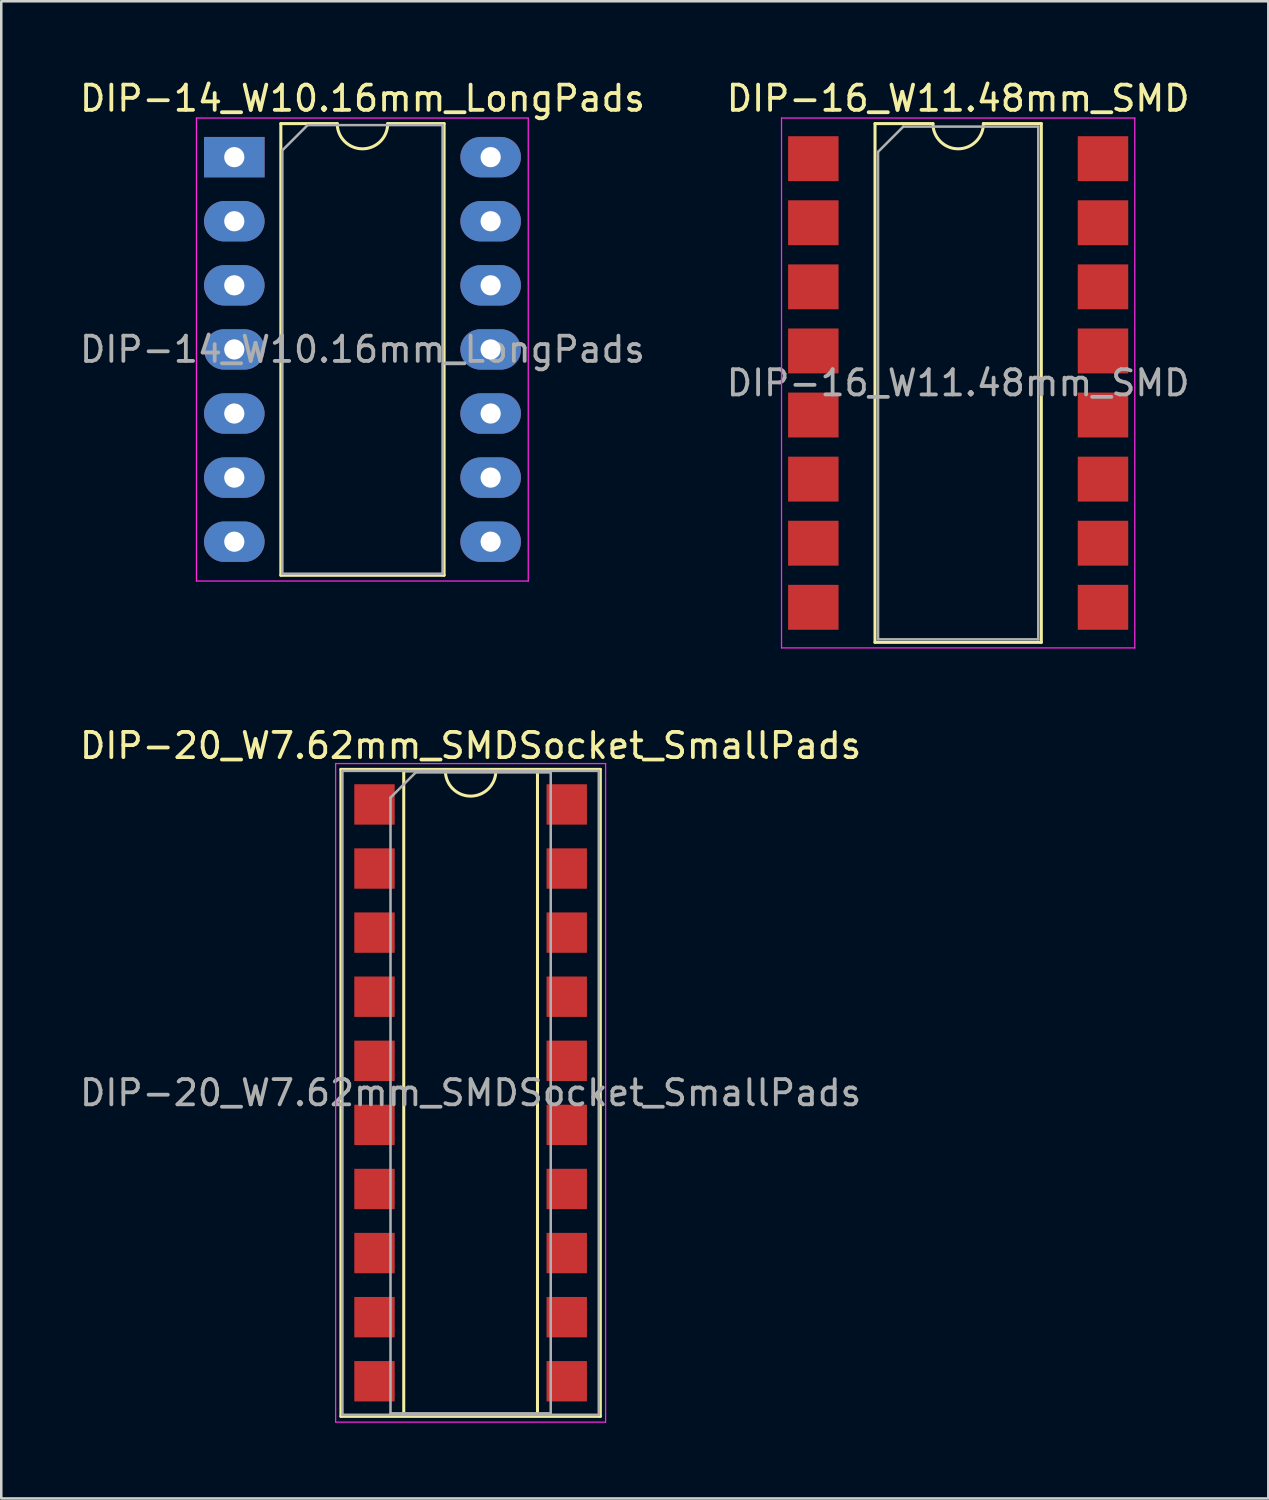
<source format=kicad_pcb>
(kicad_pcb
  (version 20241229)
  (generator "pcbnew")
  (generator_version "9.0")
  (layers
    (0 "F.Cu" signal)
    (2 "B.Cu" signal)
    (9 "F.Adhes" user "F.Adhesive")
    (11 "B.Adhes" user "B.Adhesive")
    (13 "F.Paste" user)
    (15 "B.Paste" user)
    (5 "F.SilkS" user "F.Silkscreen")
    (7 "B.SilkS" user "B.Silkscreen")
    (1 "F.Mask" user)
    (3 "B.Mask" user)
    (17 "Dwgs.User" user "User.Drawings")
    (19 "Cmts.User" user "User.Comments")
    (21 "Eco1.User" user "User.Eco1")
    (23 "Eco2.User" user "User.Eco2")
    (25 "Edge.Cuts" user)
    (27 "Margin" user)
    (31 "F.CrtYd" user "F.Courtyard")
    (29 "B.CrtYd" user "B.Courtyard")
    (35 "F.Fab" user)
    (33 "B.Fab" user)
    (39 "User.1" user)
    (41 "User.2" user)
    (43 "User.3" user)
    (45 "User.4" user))
  (footprint "DIP-16_W11.48mm_SMD"
    (layer "F.Cu")
    (at 34.923 12.128)
    (property "Reference" "DIP-16_W11.48mm_SMD" (at 0 -11.28 0) (layer "F.SilkS") (effects (font (size 1 1) (thickness 0.15))))
    (attr smd)
    (fp_line (start -3.295 -10.28) (end -3.295 10.28) (stroke (width 0.12) (type solid)) (layer "F.SilkS"))
    (fp_line (start -3.295 10.28) (end 3.295 10.28) (stroke (width 0.12) (type solid)) (layer "F.SilkS"))
    (fp_line (start -1 -10.28) (end -3.295 -10.28) (stroke (width 0.12) (type solid)) (layer "F.SilkS"))
    (fp_line (start 3.295 -10.28) (end 1 -10.28) (stroke (width 0.12) (type solid)) (layer "F.SilkS"))
    (fp_line (start 3.295 10.28) (end 3.295 -10.28) (stroke (width 0.12) (type solid)) (layer "F.SilkS"))
    (fp_arc (start 1 -10.28) (mid 0 -9.28) (end -1 -10.28) (stroke (width 0.12) (type solid)) (layer "F.SilkS"))
    (fp_line (start -7 -10.5) (end -7 10.5) (stroke (width 0.05) (type solid)) (layer "F.CrtYd"))
    (fp_line (start -7 10.5) (end 7 10.5) (stroke (width 0.05) (type solid)) (layer "F.CrtYd"))
    (fp_line (start 7 -10.5) (end -7 -10.5) (stroke (width 0.05) (type solid)) (layer "F.CrtYd"))
    (fp_line (start 7 10.5) (end 7 -10.5) (stroke (width 0.05) (type solid)) (layer "F.CrtYd"))
    (fp_line (start -3.175 -9.16) (end -2.175 -10.16) (stroke (width 0.1) (type solid)) (layer "F.Fab"))
    (fp_line (start -3.175 10.16) (end -3.175 -9.16) (stroke (width 0.1) (type solid)) (layer "F.Fab"))
    (fp_line (start -2.175 -10.16) (end 3.175 -10.16) (stroke (width 0.1) (type solid)) (layer "F.Fab"))
    (fp_line (start 3.175 -10.16) (end 3.175 10.16) (stroke (width 0.1) (type solid)) (layer "F.Fab"))
    (fp_line (start 3.175 10.16) (end -3.175 10.16) (stroke (width 0.1) (type solid)) (layer "F.Fab"))
    (fp_text user "${REFERENCE}" (at 0 0 0) (layer "F.Fab") (effects (font (size 1 1) (thickness 0.15))))
    (pad "1" smd rect (at -5.74 -8.89) (size 2 1.78) (layers "F.Cu" "F.Mask" "F.Paste"))
    (pad "2" smd rect (at -5.74 -6.35) (size 2 1.78) (layers "F.Cu" "F.Mask" "F.Paste"))
    (pad "3" smd rect (at -5.74 -3.81) (size 2 1.78) (layers "F.Cu" "F.Mask" "F.Paste"))
    (pad "4" smd rect (at -5.74 -1.27) (size 2 1.78) (layers "F.Cu" "F.Mask" "F.Paste"))
    (pad "5" smd rect (at -5.74 1.27) (size 2 1.78) (layers "F.Cu" "F.Mask" "F.Paste"))
    (pad "6" smd rect (at -5.74 3.81) (size 2 1.78) (layers "F.Cu" "F.Mask" "F.Paste"))
    (pad "7" smd rect (at -5.74 6.35) (size 2 1.78) (layers "F.Cu" "F.Mask" "F.Paste"))
    (pad "8" smd rect (at -5.74 8.89) (size 2 1.78) (layers "F.Cu" "F.Mask" "F.Paste"))
    (pad "9" smd rect (at 5.74 8.89) (size 2 1.78) (layers "F.Cu" "F.Mask" "F.Paste"))
    (pad "10" smd rect (at 5.74 6.35) (size 2 1.78) (layers "F.Cu" "F.Mask" "F.Paste"))
    (pad "11" smd rect (at 5.74 3.81) (size 2 1.78) (layers "F.Cu" "F.Mask" "F.Paste"))
    (pad "12" smd rect (at 5.74 1.27) (size 2 1.78) (layers "F.Cu" "F.Mask" "F.Paste"))
    (pad "13" smd rect (at 5.74 -1.27) (size 2 1.78) (layers "F.Cu" "F.Mask" "F.Paste"))
    (pad "14" smd rect (at 5.74 -3.81) (size 2 1.78) (layers "F.Cu" "F.Mask" "F.Paste"))
    (pad "15" smd rect (at 5.74 -6.35) (size 2 1.78) (layers "F.Cu" "F.Mask" "F.Paste"))
    (pad "16" smd rect (at 5.74 -8.89) (size 2 1.78) (layers "F.Cu" "F.Mask" "F.Paste")))
  (footprint "DIP-14_W10.16mm_LongPads"
    (layer "F.Cu")
    (at 6.235 3.178)
    (property "Reference" "DIP-14_W10.16mm_LongPads" (at 5.08 -2.33 0) (layer "F.SilkS") (effects (font (size 1 1) (thickness 0.15))))
    (attr through_hole)
    (fp_line (start 1.845 -1.33) (end 1.845 16.57) (stroke (width 0.12) (type solid)) (layer "F.SilkS"))
    (fp_line (start 1.845 16.57) (end 8.315 16.57) (stroke (width 0.12) (type solid)) (layer "F.SilkS"))
    (fp_line (start 4.08 -1.33) (end 1.845 -1.33) (stroke (width 0.12) (type solid)) (layer "F.SilkS"))
    (fp_line (start 8.315 -1.33) (end 6.08 -1.33) (stroke (width 0.12) (type solid)) (layer "F.SilkS"))
    (fp_line (start 8.315 16.57) (end 8.315 -1.33) (stroke (width 0.12) (type solid)) (layer "F.SilkS"))
    (fp_arc (start 6.08 -1.33) (mid 5.08 -0.33) (end 4.08 -1.33) (stroke (width 0.12) (type solid)) (layer "F.SilkS"))
    (fp_line (start -1.5 -1.55) (end -1.5 16.8) (stroke (width 0.05) (type solid)) (layer "F.CrtYd"))
    (fp_line (start -1.5 16.8) (end 11.65 16.8) (stroke (width 0.05) (type solid)) (layer "F.CrtYd"))
    (fp_line (start 11.65 -1.55) (end -1.5 -1.55) (stroke (width 0.05) (type solid)) (layer "F.CrtYd"))
    (fp_line (start 11.65 16.8) (end 11.65 -1.55) (stroke (width 0.05) (type solid)) (layer "F.CrtYd"))
    (fp_line (start 1.905 -0.27) (end 2.905 -1.27) (stroke (width 0.1) (type solid)) (layer "F.Fab"))
    (fp_line (start 1.905 16.51) (end 1.905 -0.27) (stroke (width 0.1) (type solid)) (layer "F.Fab"))
    (fp_line (start 2.905 -1.27) (end 8.255 -1.27) (stroke (width 0.1) (type solid)) (layer "F.Fab"))
    (fp_line (start 8.255 -1.27) (end 8.255 16.51) (stroke (width 0.1) (type solid)) (layer "F.Fab"))
    (fp_line (start 8.255 16.51) (end 1.905 16.51) (stroke (width 0.1) (type solid)) (layer "F.Fab"))
    (fp_text user "${REFERENCE}" (at 5.08 7.62 0) (layer "F.Fab") (effects (font (size 1 1) (thickness 0.15))))
    (pad "1" thru_hole rect (at 0 0) (size 2.4 1.6) (drill 0.8) (layers "*.Cu" "*.Mask"))
    (pad "2" thru_hole oval (at 0 2.54) (size 2.4 1.6) (drill 0.8) (layers "*.Cu" "*.Mask"))
    (pad "3" thru_hole oval (at 0 5.08) (size 2.4 1.6) (drill 0.8) (layers "*.Cu" "*.Mask"))
    (pad "4" thru_hole oval (at 0 7.62) (size 2.4 1.6) (drill 0.8) (layers "*.Cu" "*.Mask"))
    (pad "5" thru_hole oval (at 0 10.16) (size 2.4 1.6) (drill 0.8) (layers "*.Cu" "*.Mask"))
    (pad "6" thru_hole oval (at 0 12.7) (size 2.4 1.6) (drill 0.8) (layers "*.Cu" "*.Mask"))
    (pad "7" thru_hole oval (at 0 15.24) (size 2.4 1.6) (drill 0.8) (layers "*.Cu" "*.Mask"))
    (pad "8" thru_hole oval (at 10.16 15.24) (size 2.4 1.6) (drill 0.8) (layers "*.Cu" "*.Mask"))
    (pad "9" thru_hole oval (at 10.16 12.7) (size 2.4 1.6) (drill 0.8) (layers "*.Cu" "*.Mask"))
    (pad "10" thru_hole oval (at 10.16 10.16) (size 2.4 1.6) (drill 0.8) (layers "*.Cu" "*.Mask"))
    (pad "11" thru_hole oval (at 10.16 7.62) (size 2.4 1.6) (drill 0.8) (layers "*.Cu" "*.Mask"))
    (pad "12" thru_hole oval (at 10.16 5.08) (size 2.4 1.6) (drill 0.8) (layers "*.Cu" "*.Mask"))
    (pad "13" thru_hole oval (at 10.16 2.54) (size 2.4 1.6) (drill 0.8) (layers "*.Cu" "*.Mask"))
    (pad "14" thru_hole oval (at 10.16 0) (size 2.4 1.6) (drill 0.8) (layers "*.Cu" "*.Mask")))
  (footprint "DIP-20_W7.62mm_SMDSocket_SmallPads"
    (layer "F.Cu")
    (at 15.601 40.261)
    (property "Reference" "DIP-20_W7.62mm_SMDSocket_SmallPads" (at 0 -13.76 0) (layer "F.SilkS") (effects (font (size 1 1) (thickness 0.15))))
    (attr smd)
    (fp_line (start -5.14 -12.82) (end -5.14 12.82) (stroke (width 0.12) (type solid)) (layer "F.SilkS"))
    (fp_line (start -5.14 12.82) (end 5.14 12.82) (stroke (width 0.12) (type solid)) (layer "F.SilkS"))
    (fp_line (start -2.65 -12.76) (end -2.65 12.76) (stroke (width 0.12) (type solid)) (layer "F.SilkS"))
    (fp_line (start -2.65 12.76) (end 2.65 12.76) (stroke (width 0.12) (type solid)) (layer "F.SilkS"))
    (fp_line (start -1 -12.76) (end -2.65 -12.76) (stroke (width 0.12) (type solid)) (layer "F.SilkS"))
    (fp_line (start 2.65 -12.76) (end 1 -12.76) (stroke (width 0.12) (type solid)) (layer "F.SilkS"))
    (fp_line (start 2.65 12.76) (end 2.65 -12.76) (stroke (width 0.12) (type solid)) (layer "F.SilkS"))
    (fp_line (start 5.14 -12.82) (end -5.14 -12.82) (stroke (width 0.12) (type solid)) (layer "F.SilkS"))
    (fp_line (start 5.14 12.82) (end 5.14 -12.82) (stroke (width 0.12) (type solid)) (layer "F.SilkS"))
    (fp_arc (start 1 -12.76) (mid 0 -11.76) (end -1 -12.76) (stroke (width 0.12) (type solid)) (layer "F.SilkS"))
    (fp_line (start -5.35 -13.05) (end -5.35 13.05) (stroke (width 0.05) (type solid)) (layer "F.CrtYd"))
    (fp_line (start -5.35 13.05) (end 5.35 13.05) (stroke (width 0.05) (type solid)) (layer "F.CrtYd"))
    (fp_line (start 5.35 -13.05) (end -5.35 -13.05) (stroke (width 0.05) (type solid)) (layer "F.CrtYd"))
    (fp_line (start 5.35 13.05) (end 5.35 -13.05) (stroke (width 0.05) (type solid)) (layer "F.CrtYd"))
    (fp_line (start -5.08 -12.76) (end -5.08 12.76) (stroke (width 0.1) (type solid)) (layer "F.Fab"))
    (fp_line (start -5.08 12.76) (end 5.08 12.76) (stroke (width 0.1) (type solid)) (layer "F.Fab"))
    (fp_line (start -3.175 -11.7) (end -2.175 -12.7) (stroke (width 0.1) (type solid)) (layer "F.Fab"))
    (fp_line (start -3.175 12.7) (end -3.175 -11.7) (stroke (width 0.1) (type solid)) (layer "F.Fab"))
    (fp_line (start -2.175 -12.7) (end 3.175 -12.7) (stroke (width 0.1) (type solid)) (layer "F.Fab"))
    (fp_line (start 3.175 -12.7) (end 3.175 12.7) (stroke (width 0.1) (type solid)) (layer "F.Fab"))
    (fp_line (start 3.175 12.7) (end -3.175 12.7) (stroke (width 0.1) (type solid)) (layer "F.Fab"))
    (fp_line (start 5.08 -12.76) (end -5.08 -12.76) (stroke (width 0.1) (type solid)) (layer "F.Fab"))
    (fp_line (start 5.08 12.76) (end 5.08 -12.76) (stroke (width 0.1) (type solid)) (layer "F.Fab"))
    (fp_text user "${REFERENCE}" (at 0 0 0) (layer "F.Fab") (effects (font (size 1 1) (thickness 0.15))))
    (pad "1" smd rect (at -3.81 -11.43) (size 1.6 1.6) (layers "F.Cu" "F.Mask" "F.Paste"))
    (pad "2" smd rect (at -3.81 -8.89) (size 1.6 1.6) (layers "F.Cu" "F.Mask" "F.Paste"))
    (pad "3" smd rect (at -3.81 -6.35) (size 1.6 1.6) (layers "F.Cu" "F.Mask" "F.Paste"))
    (pad "4" smd rect (at -3.81 -3.81) (size 1.6 1.6) (layers "F.Cu" "F.Mask" "F.Paste"))
    (pad "5" smd rect (at -3.81 -1.27) (size 1.6 1.6) (layers "F.Cu" "F.Mask" "F.Paste"))
    (pad "6" smd rect (at -3.81 1.27) (size 1.6 1.6) (layers "F.Cu" "F.Mask" "F.Paste"))
    (pad "7" smd rect (at -3.81 3.81) (size 1.6 1.6) (layers "F.Cu" "F.Mask" "F.Paste"))
    (pad "8" smd rect (at -3.81 6.35) (size 1.6 1.6) (layers "F.Cu" "F.Mask" "F.Paste"))
    (pad "9" smd rect (at -3.81 8.89) (size 1.6 1.6) (layers "F.Cu" "F.Mask" "F.Paste"))
    (pad "10" smd rect (at -3.81 11.43) (size 1.6 1.6) (layers "F.Cu" "F.Mask" "F.Paste"))
    (pad "11" smd rect (at 3.81 11.43) (size 1.6 1.6) (layers "F.Cu" "F.Mask" "F.Paste"))
    (pad "12" smd rect (at 3.81 8.89) (size 1.6 1.6) (layers "F.Cu" "F.Mask" "F.Paste"))
    (pad "13" smd rect (at 3.81 6.35) (size 1.6 1.6) (layers "F.Cu" "F.Mask" "F.Paste"))
    (pad "14" smd rect (at 3.81 3.81) (size 1.6 1.6) (layers "F.Cu" "F.Mask" "F.Paste"))
    (pad "15" smd rect (at 3.81 1.27) (size 1.6 1.6) (layers "F.Cu" "F.Mask" "F.Paste"))
    (pad "16" smd rect (at 3.81 -1.27) (size 1.6 1.6) (layers "F.Cu" "F.Mask" "F.Paste"))
    (pad "17" smd rect (at 3.81 -3.81) (size 1.6 1.6) (layers "F.Cu" "F.Mask" "F.Paste"))
    (pad "18" smd rect (at 3.81 -6.35) (size 1.6 1.6) (layers "F.Cu" "F.Mask" "F.Paste"))
    (pad "19" smd rect (at 3.81 -8.89) (size 1.6 1.6) (layers "F.Cu" "F.Mask" "F.Paste"))
    (pad "20" smd rect (at 3.81 -11.43) (size 1.6 1.6) (layers "F.Cu" "F.Mask" "F.Paste")))
  (gr_rect
    (start -3 -3)
    (end 47.214 56.337)
    (stroke (width 0.1) (type default))
    (fill no)
    (layer "Edge.Cuts")))
</source>
